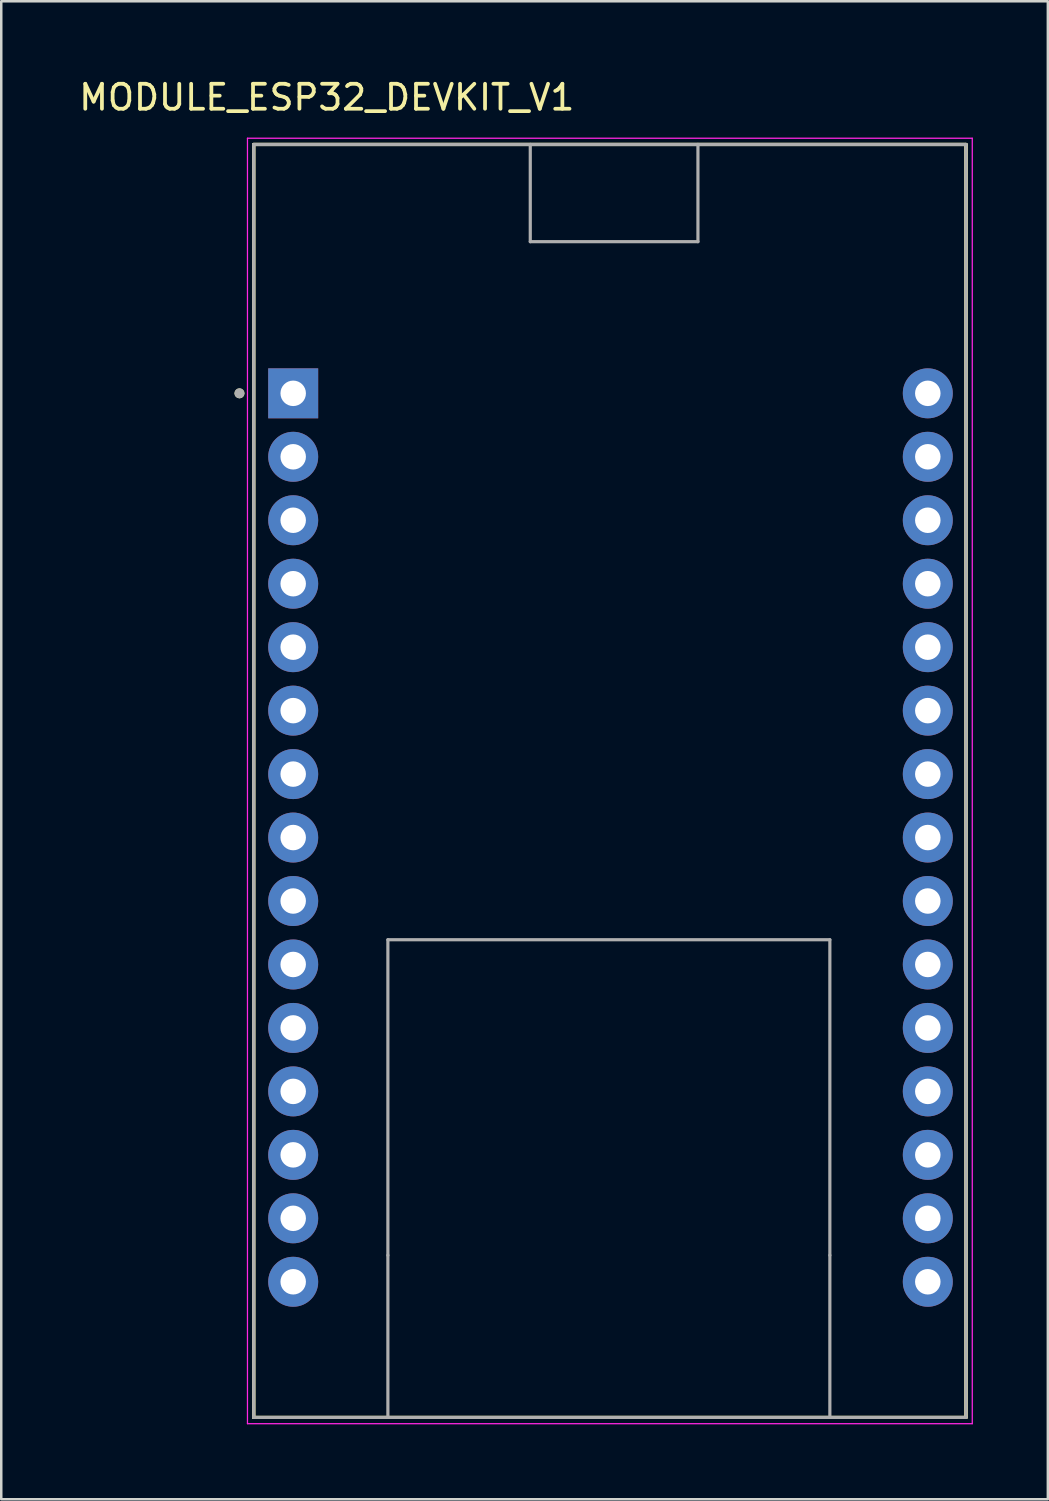
<source format=kicad_pcb>
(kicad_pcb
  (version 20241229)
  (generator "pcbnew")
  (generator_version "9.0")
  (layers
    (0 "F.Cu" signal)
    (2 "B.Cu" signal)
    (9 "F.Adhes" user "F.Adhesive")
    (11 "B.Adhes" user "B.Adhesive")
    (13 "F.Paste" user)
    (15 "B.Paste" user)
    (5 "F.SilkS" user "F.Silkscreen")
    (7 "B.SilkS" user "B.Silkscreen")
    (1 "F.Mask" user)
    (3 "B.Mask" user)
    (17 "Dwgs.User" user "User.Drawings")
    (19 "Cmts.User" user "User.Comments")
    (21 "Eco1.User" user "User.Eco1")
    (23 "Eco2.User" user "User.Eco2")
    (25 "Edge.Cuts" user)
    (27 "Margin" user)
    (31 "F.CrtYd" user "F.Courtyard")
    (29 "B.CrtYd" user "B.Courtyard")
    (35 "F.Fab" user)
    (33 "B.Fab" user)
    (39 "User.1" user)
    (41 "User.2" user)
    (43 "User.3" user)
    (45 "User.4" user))
  (footprint "MODULE_ESP32_DEVKIT_V1"
    (layer "F.Cu")
    (at 21.385 28.208)
    (property "Reference" "MODULE_ESP32_DEVKIT_V1" (at -11.355 -27.36 0) (layer "F.SilkS") (effects (font (size 1 1) (thickness 0.15))))
    (attr through_hole)
    (fp_line (start -14.28 -25.475) (end -3.211 -25.475) (stroke (width 0.127) (type solid)) (layer "F.SilkS"))
    (fp_line (start -14.28 -25.475) (end 14.23 -25.475) (stroke (width 0.127) (type solid)) (layer "F.SilkS"))
    (fp_line (start -14.28 25.475) (end -14.28 -25.475) (stroke (width 0.127) (type solid)) (layer "F.SilkS"))
    (fp_line (start -14.28 25.475) (end -14.28 -25.475) (stroke (width 0.127) (type solid)) (layer "F.SilkS"))
    (fp_line (start -14.28 25.475) (end -8.91 25.475) (stroke (width 0.127) (type solid)) (layer "F.SilkS"))
    (fp_line (start -8.91 25.475) (end 8.78 25.475) (stroke (width 0.127) (type solid)) (layer "F.SilkS"))
    (fp_line (start -3.211 -25.475) (end 3.5 -25.475) (stroke (width 0.127) (type solid)) (layer "F.SilkS"))
    (fp_line (start 3.5 -25.475) (end 14.23 -25.475) (stroke (width 0.127) (type solid)) (layer "F.SilkS"))
    (fp_line (start 8.78 25.475) (end 14.23 25.475) (stroke (width 0.127) (type solid)) (layer "F.SilkS"))
    (fp_line (start 14.23 -25.475) (end 14.23 25.475) (stroke (width 0.127) (type solid)) (layer "F.SilkS"))
    (fp_line (start 14.23 -25.475) (end 14.23 25.475) (stroke (width 0.127) (type solid)) (layer "F.SilkS"))
    (fp_line (start 14.23 25.475) (end -14.28 25.475) (stroke (width 0.127) (type solid)) (layer "F.SilkS"))
    (fp_circle (center -14.85 -15.515) (end -14.75 -15.515) (stroke (width 0.2) (type solid)) (fill no) (layer "F.SilkS"))
    (fp_line (start -14.53 -25.725) (end -14.53 25.725) (stroke (width 0.05) (type solid)) (layer "F.CrtYd"))
    (fp_line (start -14.53 25.725) (end 14.48 25.725) (stroke (width 0.05) (type solid)) (layer "F.CrtYd"))
    (fp_line (start 14.48 -25.725) (end -14.53 -25.725) (stroke (width 0.05) (type solid)) (layer "F.CrtYd"))
    (fp_line (start 14.48 25.725) (end 14.48 -25.725) (stroke (width 0.05) (type solid)) (layer "F.CrtYd"))
    (fp_line (start -14.28 -25.475) (end -3.211 -25.475) (stroke (width 0.127) (type solid)) (layer "F.Fab"))
    (fp_line (start -14.28 25.475) (end -14.28 -25.475) (stroke (width 0.127) (type solid)) (layer "F.Fab"))
    (fp_line (start -14.28 25.475) (end -8.91 25.475) (stroke (width 0.127) (type solid)) (layer "F.Fab"))
    (fp_line (start -8.91 6.355) (end 8.78 6.355) (stroke (width 0.127) (type solid)) (layer "F.Fab"))
    (fp_line (start -8.91 18.985) (end -8.91 6.355) (stroke (width 0.127) (type solid)) (layer "F.Fab"))
    (fp_line (start -8.91 25.475) (end -8.91 18.985) (stroke (width 0.127) (type solid)) (layer "F.Fab"))
    (fp_line (start -8.91 25.475) (end 8.78 25.475) (stroke (width 0.127) (type solid)) (layer "F.Fab"))
    (fp_line (start -3.211 -25.475) (end 3.5 -25.475) (stroke (width 0.127) (type solid)) (layer "F.Fab"))
    (fp_line (start -3.211 -21.585) (end -3.211 -25.475) (stroke (width 0.127) (type solid)) (layer "F.Fab"))
    (fp_line (start 3.5 -25.475) (end 3.5 -21.585) (stroke (width 0.127) (type solid)) (layer "F.Fab"))
    (fp_line (start 3.5 -25.475) (end 14.23 -25.475) (stroke (width 0.127) (type solid)) (layer "F.Fab"))
    (fp_line (start 3.5 -21.585) (end -3.211 -21.585) (stroke (width 0.127) (type solid)) (layer "F.Fab"))
    (fp_line (start 8.78 6.355) (end 8.78 18.985) (stroke (width 0.127) (type solid)) (layer "F.Fab"))
    (fp_line (start 8.78 18.985) (end 8.78 25.475) (stroke (width 0.127) (type solid)) (layer "F.Fab"))
    (fp_line (start 8.78 25.475) (end 14.23 25.475) (stroke (width 0.127) (type solid)) (layer "F.Fab"))
    (fp_line (start 14.23 -25.475) (end 14.23 25.475) (stroke (width 0.127) (type solid)) (layer "F.Fab"))
    (fp_circle (center -14.85 -15.515) (end -14.75 -15.515) (stroke (width 0.2) (type solid)) (fill no) (layer "F.Fab"))
    (pad "1" thru_hole rect (at -12.7 -15.515) (size 2 2) (drill 1.02) (layers "*.Cu" "*.Mask"))
    (pad "2" thru_hole circle (at -12.7 -12.975) (size 2 2) (drill 1.02) (layers "*.Cu" "*.Mask"))
    (pad "3" thru_hole circle (at -12.7 -10.435) (size 2 2) (drill 1.02) (layers "*.Cu" "*.Mask"))
    (pad "4" thru_hole circle (at -12.7 -7.895) (size 2 2) (drill 1.02) (layers "*.Cu" "*.Mask"))
    (pad "5" thru_hole circle (at -12.7 -5.355) (size 2 2) (drill 1.02) (layers "*.Cu" "*.Mask"))
    (pad "6" thru_hole circle (at -12.7 -2.815) (size 2 2) (drill 1.02) (layers "*.Cu" "*.Mask"))
    (pad "7" thru_hole circle (at -12.7 -0.275) (size 2 2) (drill 1.02) (layers "*.Cu" "*.Mask"))
    (pad "8" thru_hole circle (at -12.7 2.265) (size 2 2) (drill 1.02) (layers "*.Cu" "*.Mask"))
    (pad "9" thru_hole circle (at -12.7 4.805) (size 2 2) (drill 1.02) (layers "*.Cu" "*.Mask"))
    (pad "10" thru_hole circle (at -12.7 7.345) (size 2 2) (drill 1.02) (layers "*.Cu" "*.Mask"))
    (pad "11" thru_hole circle (at -12.7 9.885) (size 2 2) (drill 1.02) (layers "*.Cu" "*.Mask"))
    (pad "12" thru_hole circle (at -12.7 12.425) (size 2 2) (drill 1.02) (layers "*.Cu" "*.Mask"))
    (pad "13" thru_hole circle (at -12.7 14.965) (size 2 2) (drill 1.02) (layers "*.Cu" "*.Mask"))
    (pad "14" thru_hole circle (at -12.7 17.505) (size 2 2) (drill 1.02) (layers "*.Cu" "*.Mask"))
    (pad "15" thru_hole circle (at -12.7 20.045) (size 2 2) (drill 1.02) (layers "*.Cu" "*.Mask"))
    (pad "16" thru_hole circle (at 12.7 20.045) (size 2 2) (drill 1.02) (layers "*.Cu" "*.Mask"))
    (pad "17" thru_hole circle (at 12.7 17.505) (size 2 2) (drill 1.02) (layers "*.Cu" "*.Mask"))
    (pad "18" thru_hole circle (at 12.7 14.965) (size 2 2) (drill 1.02) (layers "*.Cu" "*.Mask"))
    (pad "19" thru_hole circle (at 12.7 12.425) (size 2 2) (drill 1.02) (layers "*.Cu" "*.Mask"))
    (pad "20" thru_hole circle (at 12.7 9.885) (size 2 2) (drill 1.02) (layers "*.Cu" "*.Mask"))
    (pad "21" thru_hole circle (at 12.7 7.345) (size 2 2) (drill 1.02) (layers "*.Cu" "*.Mask"))
    (pad "22" thru_hole circle (at 12.7 4.805) (size 2 2) (drill 1.02) (layers "*.Cu" "*.Mask"))
    (pad "23" thru_hole circle (at 12.7 2.265) (size 2 2) (drill 1.02) (layers "*.Cu" "*.Mask"))
    (pad "24" thru_hole circle (at 12.7 -0.275) (size 2 2) (drill 1.02) (layers "*.Cu" "*.Mask"))
    (pad "25" thru_hole circle (at 12.7 -2.815) (size 2 2) (drill 1.02) (layers "*.Cu" "*.Mask"))
    (pad "26" thru_hole circle (at 12.7 -5.355) (size 2 2) (drill 1.02) (layers "*.Cu" "*.Mask"))
    (pad "27" thru_hole circle (at 12.7 -7.895) (size 2 2) (drill 1.02) (layers "*.Cu" "*.Mask"))
    (pad "28" thru_hole circle (at 12.7 -10.435) (size 2 2) (drill 1.02) (layers "*.Cu" "*.Mask"))
    (pad "29" thru_hole circle (at 12.7 -12.975) (size 2 2) (drill 1.02) (layers "*.Cu" "*.Mask"))
    (pad "30" thru_hole circle (at 12.7 -15.515) (size 2 2) (drill 1.02) (layers "*.Cu" "*.Mask")))
  (gr_rect
    (start -3 -3)
    (end 38.89 56.958)
    (stroke (width 0.1) (type default))
    (fill no)
    (layer "Edge.Cuts")))
</source>
